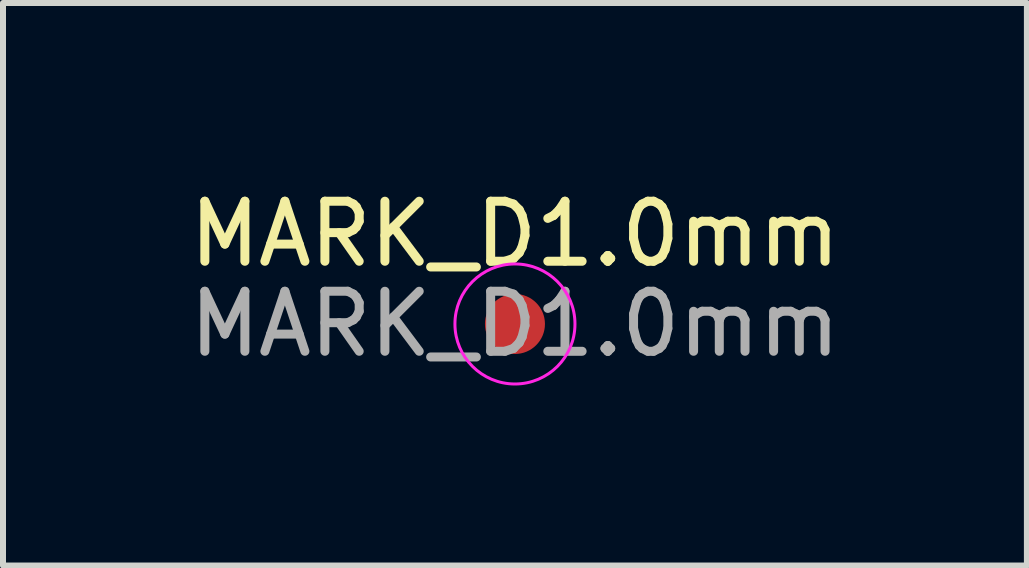
<source format=kicad_pcb>
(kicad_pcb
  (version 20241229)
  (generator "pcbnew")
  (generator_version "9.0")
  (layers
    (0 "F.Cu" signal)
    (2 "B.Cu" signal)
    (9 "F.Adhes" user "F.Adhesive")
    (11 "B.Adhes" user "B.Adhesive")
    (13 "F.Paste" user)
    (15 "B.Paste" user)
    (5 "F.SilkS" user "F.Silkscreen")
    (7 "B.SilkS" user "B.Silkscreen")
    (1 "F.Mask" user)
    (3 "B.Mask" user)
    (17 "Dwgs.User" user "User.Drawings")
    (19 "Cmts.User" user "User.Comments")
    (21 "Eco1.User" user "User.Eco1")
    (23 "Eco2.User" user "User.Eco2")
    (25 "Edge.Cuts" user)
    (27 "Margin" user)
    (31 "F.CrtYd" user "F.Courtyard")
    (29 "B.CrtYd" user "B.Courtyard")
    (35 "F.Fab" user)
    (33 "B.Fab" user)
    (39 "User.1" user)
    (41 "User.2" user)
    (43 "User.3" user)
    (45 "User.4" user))
  (footprint "MARK_D1.0mm"
    (layer "F.Cu")
    (at 5.53 2.348)
    (property "Reference" "MARK_D1.0mm" (at 0 -1.5 0) (unlocked yes) (layer "F.SilkS") (effects (font (size 1 1) (thickness 0.15))))
    (attr smd exclude_from_bom)
    (fp_circle (center 0 0) (end 1 0) (stroke (width 0.05) (type solid)) (fill no) (layer "F.CrtYd"))
    (fp_text user "${REFERENCE}" (at 0 0 0) (unlocked yes) (layer "F.Fab") (effects (font (size 1 1) (thickness 0.15))))
    (pad "1" smd circle (at 0 0) (size 1 1) (layers "F.Cu" "F.Mask")))
  (gr_rect
    (start -3 -3)
    (end 14.06 6.373)
    (stroke (width 0.1) (type default))
    (fill no)
    (layer "Edge.Cuts")))
</source>
